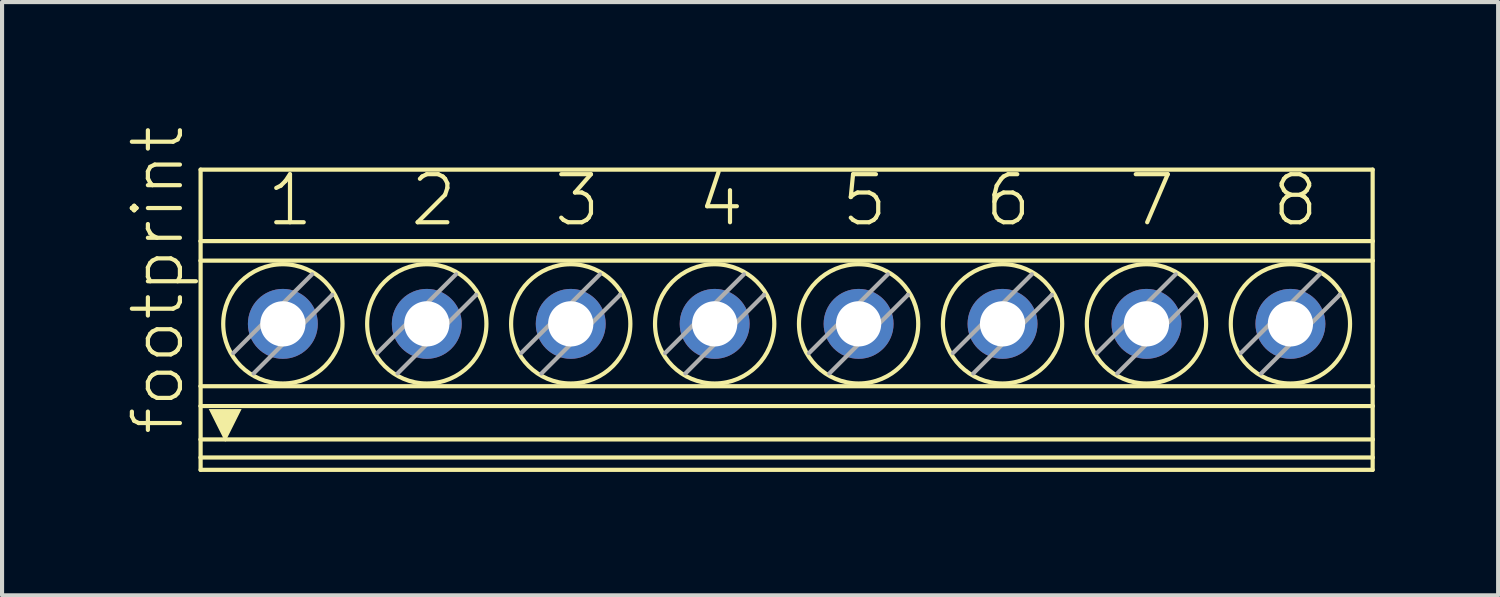
<source format=kicad_pcb>
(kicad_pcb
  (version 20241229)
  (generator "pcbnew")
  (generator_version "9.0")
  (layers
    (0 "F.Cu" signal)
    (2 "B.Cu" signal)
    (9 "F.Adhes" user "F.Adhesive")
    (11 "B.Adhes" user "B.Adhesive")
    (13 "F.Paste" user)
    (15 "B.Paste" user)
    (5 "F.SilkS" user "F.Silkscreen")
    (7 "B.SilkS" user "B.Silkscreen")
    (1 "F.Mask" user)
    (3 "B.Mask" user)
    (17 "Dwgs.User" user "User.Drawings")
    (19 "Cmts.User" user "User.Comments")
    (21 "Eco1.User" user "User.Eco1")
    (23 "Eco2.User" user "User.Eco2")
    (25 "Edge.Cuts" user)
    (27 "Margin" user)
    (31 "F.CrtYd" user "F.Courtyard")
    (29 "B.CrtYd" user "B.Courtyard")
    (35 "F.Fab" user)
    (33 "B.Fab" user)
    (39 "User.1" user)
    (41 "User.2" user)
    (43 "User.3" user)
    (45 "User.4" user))
  (footprint "footprint"
    (layer "F.Cu")
    (at 16.078 4.725)
    (property "Reference" "footprint" (at -14.605 2.857 90) (layer "F.SilkS") (effects (font (size 1.168 1.168) (thickness 0.102)) (justify left bottom)))
    (fp_line (start -14.25 -3.65) (end -14.25 -1.912) (stroke (width 0.102) (type solid)) (layer "F.SilkS"))
    (fp_line (start -14.25 -3.65) (end 14.25 -3.65) (stroke (width 0.102) (type solid)) (layer "F.SilkS"))
    (fp_line (start -14.25 -1.912) (end -14.25 -1.437) (stroke (width 0.102) (type solid)) (layer "F.SilkS"))
    (fp_line (start -14.25 -1.912) (end 14.25 -1.912) (stroke (width 0.102) (type solid)) (layer "F.SilkS"))
    (fp_line (start -14.25 1.616) (end -14.25 -1.437) (stroke (width 0.102) (type solid)) (layer "F.SilkS"))
    (fp_line (start -14.25 1.616) (end -14.25 2.099) (stroke (width 0.102) (type solid)) (layer "F.SilkS"))
    (fp_line (start -14.25 1.616) (end 14.25 1.616) (stroke (width 0.102) (type solid)) (layer "F.SilkS"))
    (fp_line (start -14.25 2.099) (end -14.25 2.911) (stroke (width 0.102) (type solid)) (layer "F.SilkS"))
    (fp_line (start -14.25 2.911) (end -14.25 3.35) (stroke (width 0.102) (type solid)) (layer "F.SilkS"))
    (fp_line (start -14.25 3.35) (end -14.25 3.65) (stroke (width 0.102) (type solid)) (layer "F.SilkS"))
    (fp_line (start -14.25 3.35) (end 14.25 3.35) (stroke (width 0.102) (type solid)) (layer "F.SilkS"))
    (fp_line (start -14.25 3.65) (end 14.25 3.65) (stroke (width 0.102) (type solid)) (layer "F.SilkS"))
    (fp_line (start -11.044 -0.611) (end -11.05 -0.605) (stroke (width 0.102) (type solid)) (layer "F.SilkS"))
    (fp_line (start -7.544 -0.611) (end -7.55 -0.605) (stroke (width 0.102) (type solid)) (layer "F.SilkS"))
    (fp_line (start -4.044 -0.611) (end -4.05 -0.605) (stroke (width 0.102) (type solid)) (layer "F.SilkS"))
    (fp_line (start -0.544 -0.611) (end -0.55 -0.605) (stroke (width 0.102) (type solid)) (layer "F.SilkS"))
    (fp_line (start 2.956 -0.611) (end 2.95 -0.605) (stroke (width 0.102) (type solid)) (layer "F.SilkS"))
    (fp_line (start 6.456 -0.611) (end 6.45 -0.605) (stroke (width 0.102) (type solid)) (layer "F.SilkS"))
    (fp_line (start 9.956 -0.611) (end 9.95 -0.605) (stroke (width 0.102) (type solid)) (layer "F.SilkS"))
    (fp_line (start 13.456 -0.611) (end 13.45 -0.605) (stroke (width 0.102) (type solid)) (layer "F.SilkS"))
    (fp_line (start 14.25 -3.65) (end 14.25 -1.912) (stroke (width 0.102) (type solid)) (layer "F.SilkS"))
    (fp_line (start 14.25 -1.437) (end -14.25 -1.437) (stroke (width 0.102) (type solid)) (layer "F.SilkS"))
    (fp_line (start 14.25 -1.437) (end 14.25 -1.912) (stroke (width 0.102) (type solid)) (layer "F.SilkS"))
    (fp_line (start 14.25 1.616) (end 14.25 -1.437) (stroke (width 0.102) (type solid)) (layer "F.SilkS"))
    (fp_line (start 14.25 1.616) (end 14.25 2.099) (stroke (width 0.102) (type solid)) (layer "F.SilkS"))
    (fp_line (start 14.25 2.099) (end -14.25 2.099) (stroke (width 0.102) (type solid)) (layer "F.SilkS"))
    (fp_line (start 14.25 2.099) (end 14.25 2.911) (stroke (width 0.102) (type solid)) (layer "F.SilkS"))
    (fp_line (start 14.25 2.911) (end -14.25 2.911) (stroke (width 0.102) (type solid)) (layer "F.SilkS"))
    (fp_line (start 14.25 2.911) (end 14.25 3.35) (stroke (width 0.102) (type solid)) (layer "F.SilkS"))
    (fp_line (start 14.25 3.35) (end 14.25 3.65) (stroke (width 0.102) (type solid)) (layer "F.SilkS"))
    (fp_circle (center -12.25 0.1) (end -10.8 0.1) (stroke (width 0.102) (type solid)) (fill no) (layer "F.SilkS"))
    (fp_circle (center -8.75 0.1) (end -7.3 0.1) (stroke (width 0.102) (type solid)) (fill no) (layer "F.SilkS"))
    (fp_circle (center -5.25 0.1) (end -3.8 0.1) (stroke (width 0.102) (type solid)) (fill no) (layer "F.SilkS"))
    (fp_circle (center -1.75 0.1) (end -0.3 0.1) (stroke (width 0.102) (type solid)) (fill no) (layer "F.SilkS"))
    (fp_circle (center 1.75 0.1) (end 3.2 0.1) (stroke (width 0.102) (type solid)) (fill no) (layer "F.SilkS"))
    (fp_circle (center 5.25 0.1) (end 6.7 0.1) (stroke (width 0.102) (type solid)) (fill no) (layer "F.SilkS"))
    (fp_circle (center 8.75 0.1) (end 10.2 0.1) (stroke (width 0.102) (type solid)) (fill no) (layer "F.SilkS"))
    (fp_circle (center 12.25 0.1) (end 13.7 0.1) (stroke (width 0.102) (type solid)) (fill no) (layer "F.SilkS"))
    (fp_poly (pts (xy -13.652 2.971) (xy -14.052 2.172) (xy -13.253 2.172)) (stroke (width 0) (type solid)) (fill yes) (layer "F.SilkS"))
    (fp_line (start -13.456 0.811) (end -11.539 -1.106) (stroke (width 0.102) (type solid)) (layer "F.Fab"))
    (fp_line (start -11.05 -0.605) (end -12.961 1.306) (stroke (width 0.102) (type solid)) (layer "F.Fab"))
    (fp_line (start -9.956 0.811) (end -8.039 -1.106) (stroke (width 0.102) (type solid)) (layer "F.Fab"))
    (fp_line (start -7.55 -0.605) (end -9.461 1.306) (stroke (width 0.102) (type solid)) (layer "F.Fab"))
    (fp_line (start -6.456 0.811) (end -4.539 -1.106) (stroke (width 0.102) (type solid)) (layer "F.Fab"))
    (fp_line (start -4.05 -0.605) (end -5.961 1.306) (stroke (width 0.102) (type solid)) (layer "F.Fab"))
    (fp_line (start -2.956 0.811) (end -1.039 -1.106) (stroke (width 0.102) (type solid)) (layer "F.Fab"))
    (fp_line (start -0.55 -0.605) (end -2.461 1.306) (stroke (width 0.102) (type solid)) (layer "F.Fab"))
    (fp_line (start 0.544 0.811) (end 2.461 -1.106) (stroke (width 0.102) (type solid)) (layer "F.Fab"))
    (fp_line (start 2.95 -0.605) (end 1.039 1.306) (stroke (width 0.102) (type solid)) (layer "F.Fab"))
    (fp_line (start 4.044 0.811) (end 5.961 -1.106) (stroke (width 0.102) (type solid)) (layer "F.Fab"))
    (fp_line (start 6.45 -0.605) (end 4.539 1.306) (stroke (width 0.102) (type solid)) (layer "F.Fab"))
    (fp_line (start 7.544 0.811) (end 9.461 -1.106) (stroke (width 0.102) (type solid)) (layer "F.Fab"))
    (fp_line (start 9.95 -0.605) (end 8.039 1.306) (stroke (width 0.102) (type solid)) (layer "F.Fab"))
    (fp_line (start 11.044 0.811) (end 12.961 -1.106) (stroke (width 0.102) (type solid)) (layer "F.Fab"))
    (fp_line (start 13.45 -0.605) (end 11.539 1.306) (stroke (width 0.102) (type solid)) (layer "F.Fab"))
    (fp_text user "3" (at -5.715 -2.223 0) (layer "F.SilkS") (effects (font (size 1.168 1.168) (thickness 0.102)) (justify left bottom)))
    (fp_text user "7" (at 8.255 -2.223 0) (layer "F.SilkS") (effects (font (size 1.168 1.168) (thickness 0.102)) (justify left bottom)))
    (fp_text user "2" (at -9.207 -2.223 0) (layer "F.SilkS") (effects (font (size 1.168 1.168) (thickness 0.102)) (justify left bottom)))
    (fp_text user "5" (at 1.27 -2.223 0) (layer "F.SilkS") (effects (font (size 1.168 1.168) (thickness 0.102)) (justify left bottom)))
    (fp_text user "8" (at 11.748 -2.223 0) (layer "F.SilkS") (effects (font (size 1.168 1.168) (thickness 0.102)) (justify left bottom)))
    (fp_text user "6" (at 4.763 -2.223 0) (layer "F.SilkS") (effects (font (size 1.168 1.168) (thickness 0.102)) (justify left bottom)))
    (fp_text user "1" (at -12.7 -2.223 0) (layer "F.SilkS") (effects (font (size 1.168 1.168) (thickness 0.102)) (justify left bottom)))
    (fp_text user "4" (at -2.223 -2.223 0) (layer "F.SilkS") (effects (font (size 1.168 1.168) (thickness 0.102)) (justify left bottom)))
    (pad "1" thru_hole circle (at -12.25 0.1 90) (size 1.7 1.7) (drill 1.1) (layers "*.Cu" "*.Mask"))
    (pad "2" thru_hole circle (at -8.75 0.1 90) (size 1.7 1.7) (drill 1.1) (layers "*.Cu" "*.Mask"))
    (pad "3" thru_hole circle (at -5.25 0.1 90) (size 1.7 1.7) (drill 1.1) (layers "*.Cu" "*.Mask"))
    (pad "4" thru_hole circle (at -1.75 0.1 90) (size 1.7 1.7) (drill 1.1) (layers "*.Cu" "*.Mask"))
    (pad "5" thru_hole circle (at 1.75 0.1 90) (size 1.7 1.7) (drill 1.1) (layers "*.Cu" "*.Mask"))
    (pad "6" thru_hole circle (at 5.25 0.1 90) (size 1.7 1.7) (drill 1.1) (layers "*.Cu" "*.Mask"))
    (pad "7" thru_hole circle (at 8.75 0.1 90) (size 1.7 1.7) (drill 1.1) (layers "*.Cu" "*.Mask"))
    (pad "8" thru_hole circle (at 12.25 0.1 90) (size 1.7 1.7) (drill 1.1) (layers "*.Cu" "*.Mask")))
  (gr_rect
    (start -3 -3)
    (end 33.379 11.426)
    (stroke (width 0.1) (type default))
    (fill no)
    (layer "Edge.Cuts")))
</source>
